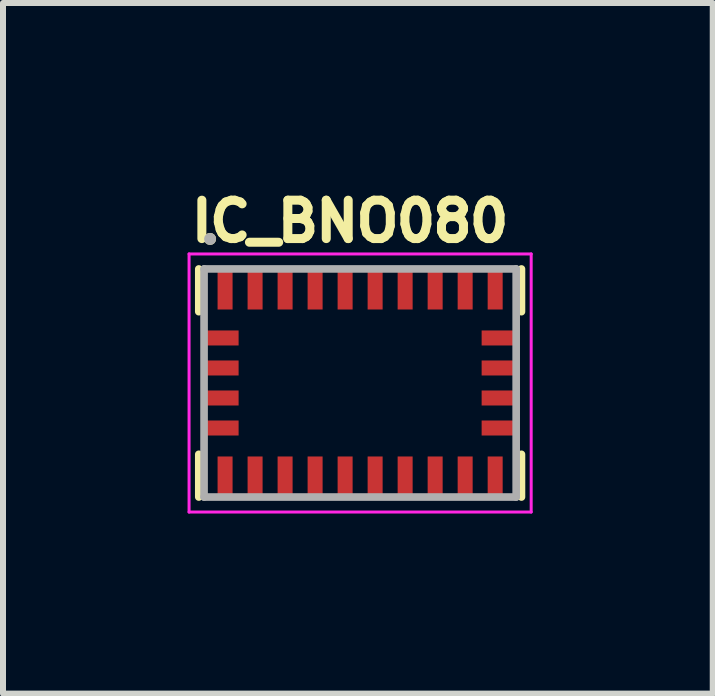
<source format=kicad_pcb>
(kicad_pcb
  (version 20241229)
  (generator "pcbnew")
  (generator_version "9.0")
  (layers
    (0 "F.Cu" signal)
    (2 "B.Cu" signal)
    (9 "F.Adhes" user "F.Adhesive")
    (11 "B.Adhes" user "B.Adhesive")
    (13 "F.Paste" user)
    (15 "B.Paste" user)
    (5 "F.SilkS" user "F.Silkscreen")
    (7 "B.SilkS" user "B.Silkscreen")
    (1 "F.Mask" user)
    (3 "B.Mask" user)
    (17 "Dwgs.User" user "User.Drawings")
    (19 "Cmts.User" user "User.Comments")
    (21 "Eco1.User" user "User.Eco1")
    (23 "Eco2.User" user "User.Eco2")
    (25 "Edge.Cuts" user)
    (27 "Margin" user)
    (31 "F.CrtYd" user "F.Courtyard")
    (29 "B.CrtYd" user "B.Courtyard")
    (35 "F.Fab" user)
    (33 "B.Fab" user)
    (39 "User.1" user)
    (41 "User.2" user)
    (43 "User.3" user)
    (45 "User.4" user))
  (footprint "IC_BNO080"
    (layer "F.Cu")
    (at 2.95 3.331)
    (property "Reference" "IC_BNO080" (at -0.168 -2.694 0) (layer "F.SilkS") (effects (font (size 0.64 0.64) (thickness 0.15))))
    (attr smd)
    (fp_line (start -2.688 -1.9) (end -2.688 -1.188) (stroke (width 0.127) (type solid)) (layer "F.SilkS"))
    (fp_line (start -2.688 1.9) (end -2.688 1.188) (stroke (width 0.127) (type solid)) (layer "F.SilkS"))
    (fp_line (start 2.688 -1.9) (end 2.688 -1.188) (stroke (width 0.127) (type solid)) (layer "F.SilkS"))
    (fp_line (start 2.688 1.9) (end 2.688 1.188) (stroke (width 0.127) (type solid)) (layer "F.SilkS"))
    (fp_circle (center -2.5 -2.4) (end -2.45 -2.4) (stroke (width 0.1) (type solid)) (fill no) (layer "F.SilkS"))
    (fp_line (start -2.85 -2.15) (end 2.85 -2.15) (stroke (width 0.05) (type solid)) (layer "F.CrtYd"))
    (fp_line (start -2.85 2.15) (end -2.85 -2.15) (stroke (width 0.05) (type solid)) (layer "F.CrtYd"))
    (fp_line (start 2.85 -2.15) (end 2.85 2.15) (stroke (width 0.05) (type solid)) (layer "F.CrtYd"))
    (fp_line (start 2.85 2.15) (end -2.85 2.15) (stroke (width 0.05) (type solid)) (layer "F.CrtYd"))
    (fp_line (start -2.6 -1.9) (end 2.6 -1.9) (stroke (width 0.127) (type solid)) (layer "F.Fab"))
    (fp_line (start -2.6 1.9) (end -2.6 -1.9) (stroke (width 0.127) (type solid)) (layer "F.Fab"))
    (fp_line (start 2.6 -1.9) (end 2.6 1.9) (stroke (width 0.127) (type solid)) (layer "F.Fab"))
    (fp_line (start 2.6 1.9) (end -2.6 1.9) (stroke (width 0.127) (type solid)) (layer "F.Fab"))
    (fp_circle (center -2.5 -2.4) (end -2.45 -2.4) (stroke (width 0.1) (type solid)) (fill no) (layer "F.Fab"))
    (pad "1" smd rect (at -2.25 -1.562) (size 0.25 0.675) (layers "F.Cu" "F.Mask" "F.Paste"))
    (pad "2" smd rect (at -2.312 -0.75) (size 0.575 0.25) (layers "F.Cu" "F.Mask" "F.Paste"))
    (pad "3" smd rect (at -2.312 -0.25) (size 0.575 0.25) (layers "F.Cu" "F.Mask" "F.Paste"))
    (pad "4" smd rect (at -2.312 0.25) (size 0.575 0.25) (layers "F.Cu" "F.Mask" "F.Paste"))
    (pad "5" smd rect (at -2.312 0.75) (size 0.575 0.25) (layers "F.Cu" "F.Mask" "F.Paste"))
    (pad "6" smd rect (at -2.25 1.562) (size 0.25 0.675) (layers "F.Cu" "F.Mask" "F.Paste"))
    (pad "7" smd rect (at -1.75 1.562) (size 0.25 0.675) (layers "F.Cu" "F.Mask" "F.Paste"))
    (pad "8" smd rect (at -1.25 1.562) (size 0.25 0.675) (layers "F.Cu" "F.Mask" "F.Paste"))
    (pad "9" smd rect (at -0.75 1.562) (size 0.25 0.675) (layers "F.Cu" "F.Mask" "F.Paste"))
    (pad "10" smd rect (at -0.25 1.562) (size 0.25 0.675) (layers "F.Cu" "F.Mask" "F.Paste"))
    (pad "11" smd rect (at 0.25 1.562) (size 0.25 0.675) (layers "F.Cu" "F.Mask" "F.Paste"))
    (pad "12" smd rect (at 0.75 1.562) (size 0.25 0.675) (layers "F.Cu" "F.Mask" "F.Paste"))
    (pad "13" smd rect (at 1.25 1.562) (size 0.25 0.675) (layers "F.Cu" "F.Mask" "F.Paste"))
    (pad "14" smd rect (at 1.75 1.562) (size 0.25 0.675) (layers "F.Cu" "F.Mask" "F.Paste"))
    (pad "15" smd rect (at 2.25 1.562) (size 0.25 0.675) (layers "F.Cu" "F.Mask" "F.Paste"))
    (pad "16" smd rect (at 2.312 0.75) (size 0.575 0.25) (layers "F.Cu" "F.Mask" "F.Paste"))
    (pad "17" smd rect (at 2.312 0.25) (size 0.575 0.25) (layers "F.Cu" "F.Mask" "F.Paste"))
    (pad "18" smd rect (at 2.312 -0.25) (size 0.575 0.25) (layers "F.Cu" "F.Mask" "F.Paste"))
    (pad "19" smd rect (at 2.312 -0.75) (size 0.575 0.25) (layers "F.Cu" "F.Mask" "F.Paste"))
    (pad "20" smd rect (at 2.25 -1.562) (size 0.25 0.675) (layers "F.Cu" "F.Mask" "F.Paste"))
    (pad "21" smd rect (at 1.75 -1.562) (size 0.25 0.675) (layers "F.Cu" "F.Mask" "F.Paste"))
    (pad "22" smd rect (at 1.25 -1.562) (size 0.25 0.675) (layers "F.Cu" "F.Mask" "F.Paste"))
    (pad "23" smd rect (at 0.75 -1.562) (size 0.25 0.675) (layers "F.Cu" "F.Mask" "F.Paste"))
    (pad "24" smd rect (at 0.25 -1.562) (size 0.25 0.675) (layers "F.Cu" "F.Mask" "F.Paste"))
    (pad "25" smd rect (at -0.25 -1.562) (size 0.25 0.675) (layers "F.Cu" "F.Mask" "F.Paste"))
    (pad "26" smd rect (at -0.75 -1.562) (size 0.25 0.675) (layers "F.Cu" "F.Mask" "F.Paste"))
    (pad "27" smd rect (at -1.25 -1.562) (size 0.25 0.675) (layers "F.Cu" "F.Mask" "F.Paste"))
    (pad "28" smd rect (at -1.75 -1.562) (size 0.25 0.675) (layers "F.Cu" "F.Mask" "F.Paste")))
  (gr_rect
    (start -3 -3)
    (end 8.825 8.506)
    (stroke (width 0.1) (type default))
    (fill no)
    (layer "Edge.Cuts")))
</source>
